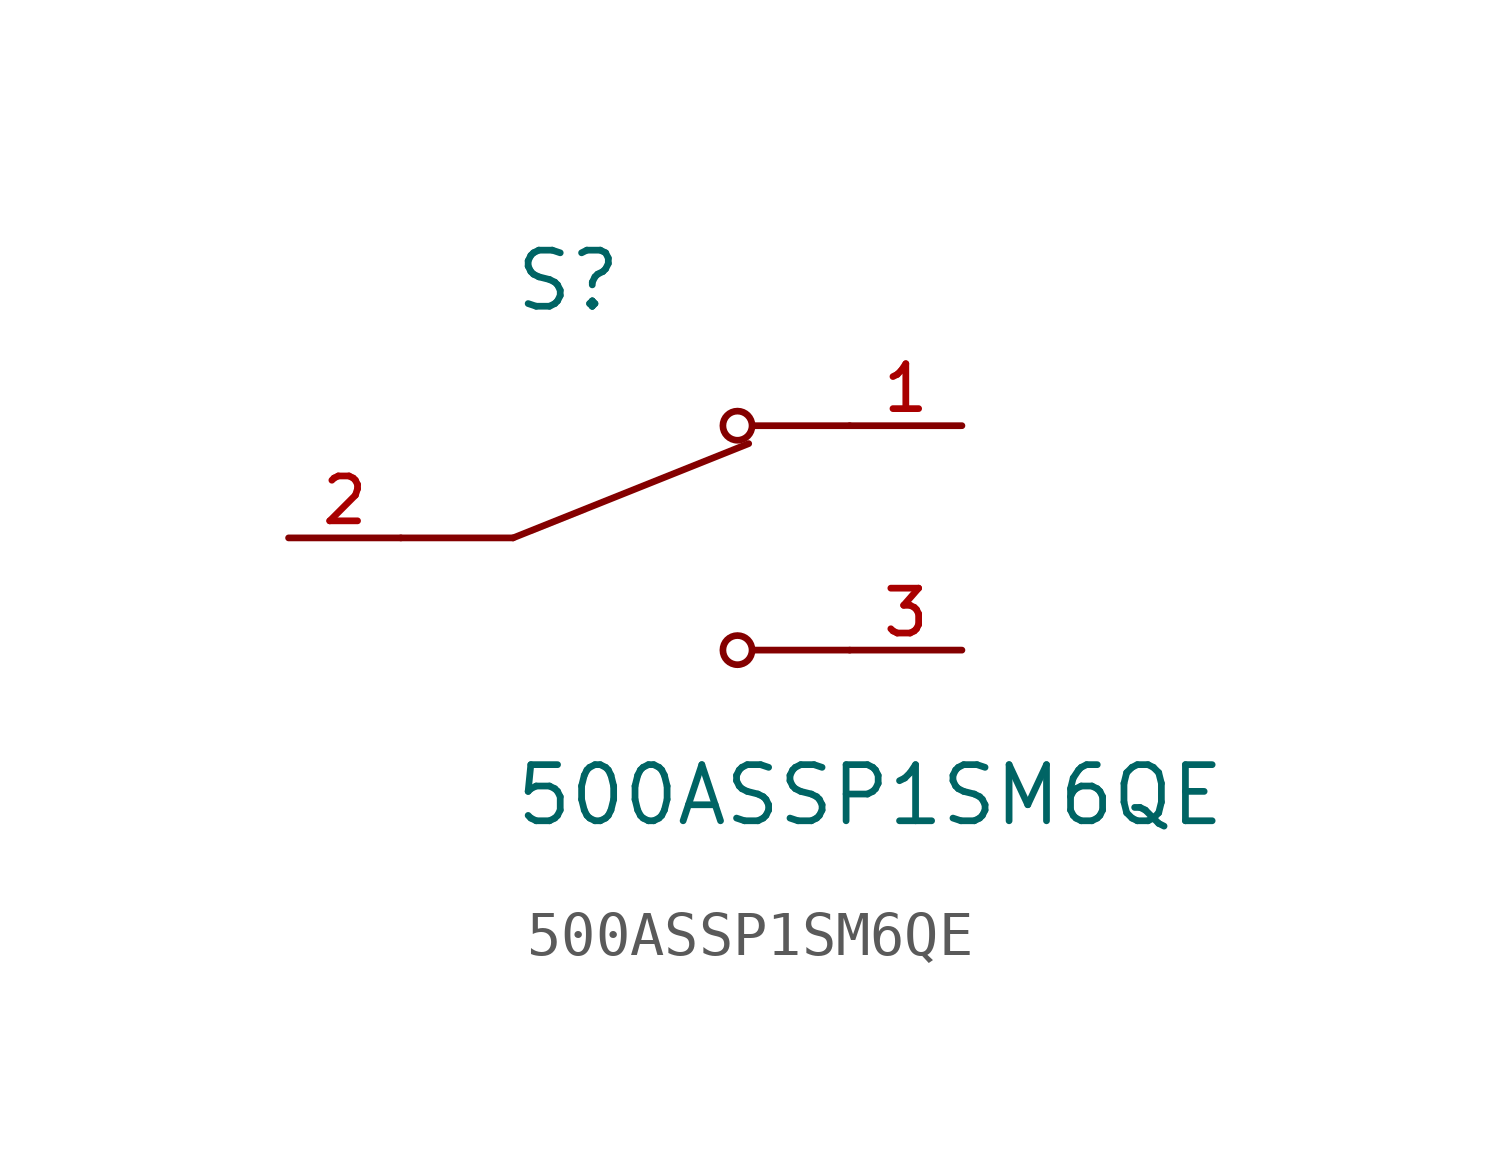
<source format=kicad_sym>
(kicad_symbol_lib
  (version 20230620)
  (generator kicad_symbol_editor)
  (symbol "500ASSP1SM6QE"
    (pin_names
      (offset 1.016))
    (property "Reference" "S"
      (at -2.54 5.08 0)
      (effects (font (size 1.27 1.27)) (justify left bottom)))
    (property "Value" "500ASSP1SM6QE"
      (at -2.54 -5.08 0)
      (effects (font (size 1.27 1.27)) (justify left top)))
    (symbol "500ASSP1SM6QE_0_0"
      (polyline (pts (xy -2.54 0) (xy -5.08 0)) (stroke (width 0.152) (type default)) (fill (type none)))
      (polyline (pts (xy -2.54 0) (xy 2.794 2.134)) (stroke (width 0.152) (type default)) (fill (type none)))
      (polyline (pts (xy 5.08 -2.54) (xy 2.921 -2.54)) (stroke (width 0.152) (type default)) (fill (type none)))
      (polyline (pts (xy 5.08 2.54) (xy 2.921 2.54)) (stroke (width 0.152) (type default)) (fill (type none)))
      (circle (center 2.54 -2.54) (radius 0.33) (stroke (width 0.152) (type default)) (fill (type none)))
      (circle (center 2.54 2.54) (radius 0.33) (stroke (width 0.152) (type default)) (fill (type none)))
      (pin passive line (at 7.62 2.54 180) (length 2.54) (name "~" (effects (font (size 1.016 1.016)))) (number "1" (effects (font (size 1.016 1.016)))))
      (pin passive line (at -7.62 0 0) (length 2.54) (name "~" (effects (font (size 1.016 1.016)))) (number "2" (effects (font (size 1.016 1.016)))))
      (pin passive line (at 7.62 -2.54 180) (length 2.54) (name "~" (effects (font (size 1.016 1.016)))) (number "3" (effects (font (size 1.016 1.016))))))))
</source>
